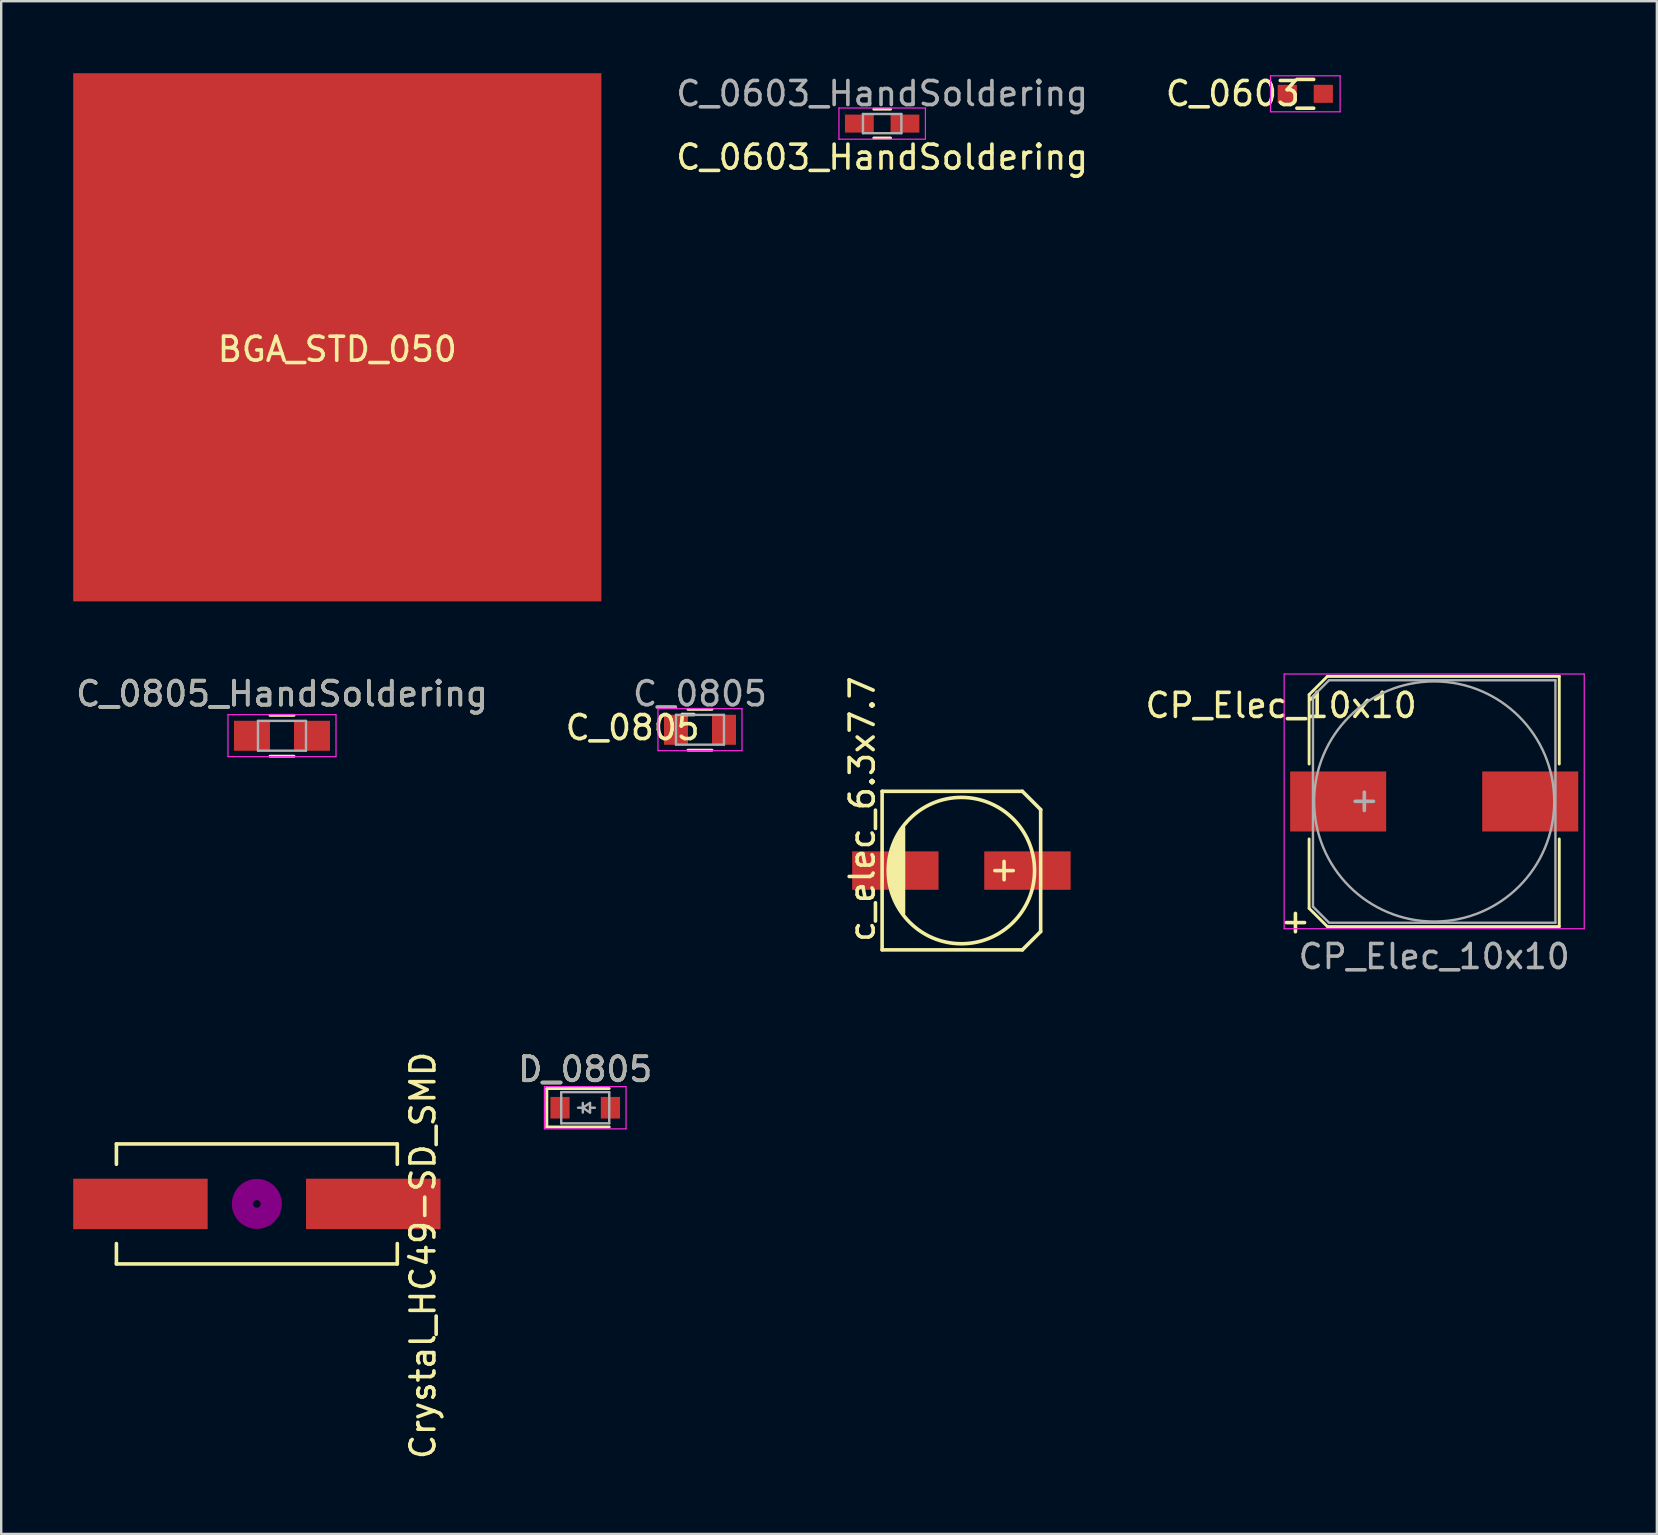
<source format=kicad_pcb>
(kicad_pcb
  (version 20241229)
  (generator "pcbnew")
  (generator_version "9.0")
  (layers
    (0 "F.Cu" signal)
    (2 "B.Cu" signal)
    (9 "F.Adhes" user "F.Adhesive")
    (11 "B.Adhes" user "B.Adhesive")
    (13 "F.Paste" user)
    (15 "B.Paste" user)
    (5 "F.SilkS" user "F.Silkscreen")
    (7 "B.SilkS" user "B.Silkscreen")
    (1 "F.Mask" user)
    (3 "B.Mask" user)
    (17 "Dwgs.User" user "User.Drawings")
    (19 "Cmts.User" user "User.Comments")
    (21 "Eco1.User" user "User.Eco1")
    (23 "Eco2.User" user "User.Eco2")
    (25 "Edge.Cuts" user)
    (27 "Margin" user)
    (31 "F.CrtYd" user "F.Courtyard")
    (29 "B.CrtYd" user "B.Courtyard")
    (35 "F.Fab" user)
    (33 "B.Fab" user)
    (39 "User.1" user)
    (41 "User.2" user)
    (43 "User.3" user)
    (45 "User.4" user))
  (footprint "Crystal_HC49-SD_SMD"
    (layer "F.Cu")
    (at 7.649 47.098)
    (property "Reference" "Crystal_HC49-SD_SMD" (at 6.919 2.146 90) (layer "F.SilkS") (effects (font (size 1 1) (thickness 0.15))))
    (attr smd)
    (fp_line (start -5.85 -2.499) (end -5.85 -1.651) (stroke (width 0.15) (type solid)) (layer "F.SilkS"))
    (fp_line (start -5.85 2.499) (end -5.85 1.651) (stroke (width 0.15) (type solid)) (layer "F.SilkS"))
    (fp_line (start -5.85 2.499) (end 5.85 2.499) (stroke (width 0.15) (type solid)) (layer "F.SilkS"))
    (fp_line (start 5.85 -2.499) (end -5.85 -2.499) (stroke (width 0.15) (type solid)) (layer "F.SilkS"))
    (fp_line (start 5.85 -2.499) (end 5.85 -1.651) (stroke (width 0.15) (type solid)) (layer "F.SilkS"))
    (fp_line (start 5.85 2.499) (end 5.85 1.651) (stroke (width 0.15) (type solid)) (layer "F.SilkS"))
    (fp_circle (center 0 0) (end 0.15 0.051) (stroke (width 0.381) (type solid)) (fill no) (layer "F.Adhes"))
    (fp_circle (center 0 0) (end 0.5 0) (stroke (width 0.381) (type solid)) (fill no) (layer "F.Adhes"))
    (fp_circle (center 0 0) (end 0.851 0) (stroke (width 0.381) (type solid)) (fill no) (layer "F.Adhes"))
    (pad "1" smd rect (at -4.849 0) (size 5.601 2.101) (layers "F.Cu" "F.Mask" "F.Paste"))
    (pad "2" smd rect (at 4.849 0) (size 5.601 2.101) (layers "F.Cu" "F.Mask" "F.Paste")))
  (footprint "C_0603"
    (layer "F.Cu")
    (at 51.321 0.858)
    (property "Reference" "C_0603" (at -3.017 -0.01 0) (layer "F.SilkS") (effects (font (size 1 1) (thickness 0.15))))
    (attr smd)
    (fp_line (start -0.35 -0.6) (end 0.35 -0.6) (stroke (width 0.15) (type solid)) (layer "F.SilkS"))
    (fp_line (start 0.35 0.6) (end -0.35 0.6) (stroke (width 0.15) (type solid)) (layer "F.SilkS"))
    (fp_line (start -1.45 -0.75) (end -1.45 0.75) (stroke (width 0.05) (type solid)) (layer "F.CrtYd"))
    (fp_line (start -1.45 -0.75) (end 1.45 -0.75) (stroke (width 0.05) (type solid)) (layer "F.CrtYd"))
    (fp_line (start -1.45 0.75) (end 1.45 0.75) (stroke (width 0.05) (type solid)) (layer "F.CrtYd"))
    (fp_line (start 1.45 -0.75) (end 1.45 0.75) (stroke (width 0.05) (type solid)) (layer "F.CrtYd"))
    (pad "1" smd rect (at -0.75 0) (size 0.8 0.75) (layers "F.Cu" "F.Mask" "F.Paste"))
    (pad "2" smd rect (at 0.75 0) (size 0.8 0.75) (layers "F.Cu" "F.Mask" "F.Paste")))
  (footprint "c_elec_6.3x7.7"
    (layer "F.Cu")
    (at 36.996 33.213)
    (property "Reference" "c_elec_6.3x7.7" (at -4.13 -2.564 270) (layer "F.SilkS") (effects (font (size 1 1) (thickness 0.15))))
    (attr through_hole)
    (fp_line (start -3.302 -3.302) (end -3.302 3.302) (stroke (width 0.15) (type solid)) (layer "F.SilkS"))
    (fp_line (start -3.302 3.302) (end 2.54 3.302) (stroke (width 0.15) (type solid)) (layer "F.SilkS"))
    (fp_line (start -2.921 -0.762) (end -2.921 0.762) (stroke (width 0.15) (type solid)) (layer "F.SilkS"))
    (fp_line (start -2.794 1.143) (end -2.794 -1.143) (stroke (width 0.15) (type solid)) (layer "F.SilkS"))
    (fp_line (start -2.667 -1.397) (end -2.667 1.397) (stroke (width 0.15) (type solid)) (layer "F.SilkS"))
    (fp_line (start -2.54 1.651) (end -2.54 -1.651) (stroke (width 0.15) (type solid)) (layer "F.SilkS"))
    (fp_line (start -2.413 -1.778) (end -2.413 1.778) (stroke (width 0.15) (type solid)) (layer "F.SilkS"))
    (fp_line (start 1.778 -0.381) (end 1.778 0.381) (stroke (width 0.15) (type solid)) (layer "F.SilkS"))
    (fp_line (start 2.159 0) (end 1.397 0) (stroke (width 0.15) (type solid)) (layer "F.SilkS"))
    (fp_line (start 2.54 -3.302) (end -3.302 -3.302) (stroke (width 0.15) (type solid)) (layer "F.SilkS"))
    (fp_line (start 2.54 3.302) (end 3.302 2.54) (stroke (width 0.15) (type solid)) (layer "F.SilkS"))
    (fp_line (start 3.302 -2.54) (end 2.54 -3.302) (stroke (width 0.15) (type solid)) (layer "F.SilkS"))
    (fp_line (start 3.302 2.54) (end 3.302 -2.54) (stroke (width 0.15) (type solid)) (layer "F.SilkS"))
    (fp_circle (center 0 0) (end -3.048 0) (stroke (width 0.15) (type solid)) (fill no) (layer "F.SilkS"))
    (pad "1" smd rect (at 2.751 0) (size 3.599 1.6) (layers "F.Cu" "F.Mask" "F.Paste"))
    (pad "2" smd rect (at -2.751 0) (size 3.599 1.6) (layers "F.Cu" "F.Mask" "F.Paste")))
  (footprint "BGA_STD_050"
    (layer "F.Cu")
    (at 11 11)
    (property "Reference" "BGA_STD_050" (at 0 0.5 0) (layer "F.SilkS") (effects (font (size 1 1) (thickness 0.15))))
    (attr through_hole)
    (pad "1" smd rect (at 0 0) (size 22 22) (layers "F.Cu" "F.Mask" "F.Paste")))
  (footprint "C_0603_HandSoldering"
    (layer "F.Cu")
    (at 33.696 2.098)
    (property "Reference" "C_0603_HandSoldering" (at 0 1.4 0) (layer "F.SilkS") (effects (font (size 1 1) (thickness 0.15))))
    (attr smd)
    (fp_line (start -0.35 -0.6) (end 0.35 -0.6) (stroke (width 0.12) (type solid)) (layer "F.SilkS"))
    (fp_line (start 0.35 0.6) (end -0.35 0.6) (stroke (width 0.12) (type solid)) (layer "F.SilkS"))
    (fp_line (start -1.8 -0.65) (end -1.8 0.65) (stroke (width 0.05) (type solid)) (layer "F.CrtYd"))
    (fp_line (start -1.8 -0.65) (end 1.8 -0.65) (stroke (width 0.05) (type solid)) (layer "F.CrtYd"))
    (fp_line (start 1.8 0.65) (end -1.8 0.65) (stroke (width 0.05) (type solid)) (layer "F.CrtYd"))
    (fp_line (start 1.8 0.65) (end 1.8 -0.65) (stroke (width 0.05) (type solid)) (layer "F.CrtYd"))
    (fp_line (start -0.8 -0.4) (end 0.8 -0.4) (stroke (width 0.1) (type solid)) (layer "F.Fab"))
    (fp_line (start -0.8 0.4) (end -0.8 -0.4) (stroke (width 0.1) (type solid)) (layer "F.Fab"))
    (fp_line (start 0.8 -0.4) (end 0.8 0.4) (stroke (width 0.1) (type solid)) (layer "F.Fab"))
    (fp_line (start 0.8 0.4) (end -0.8 0.4) (stroke (width 0.1) (type solid)) (layer "F.Fab"))
    (fp_text user "${REFERENCE}" (at 0 -1.25 0) (layer "F.Fab") (effects (font (size 1 1) (thickness 0.15))))
    (pad "1" smd rect (at -0.95 0) (size 1.2 0.75) (layers "F.Cu" "F.Mask" "F.Paste"))
    (pad "2" smd rect (at 0.95 0) (size 1.2 0.75) (layers "F.Cu" "F.Mask" "F.Paste")))
  (footprint "CP_Elec_10x10"
    (layer "F.Cu")
    (at 56.69 30.335)
    (property "Reference" "CP_Elec_10x10" (at -6.375 -4 0) (layer "F.SilkS") (effects (font (size 1 1) (thickness 0.15))))
    (attr smd)
    (fp_line (start -5.21 -4.45) (end -5.21 -1.56) (stroke (width 0.12) (type solid)) (layer "F.SilkS"))
    (fp_line (start -5.21 -4.45) (end -4.45 -5.21) (stroke (width 0.12) (type solid)) (layer "F.SilkS"))
    (fp_line (start -5.21 4.45) (end -5.21 1.56) (stroke (width 0.12) (type solid)) (layer "F.SilkS"))
    (fp_line (start -4.45 -5.21) (end 5.21 -5.21) (stroke (width 0.12) (type solid)) (layer "F.SilkS"))
    (fp_line (start -4.45 5.21) (end -5.21 4.45) (stroke (width 0.12) (type solid)) (layer "F.SilkS"))
    (fp_line (start 5.21 -5.21) (end 5.21 -1.56) (stroke (width 0.12) (type solid)) (layer "F.SilkS"))
    (fp_line (start 5.21 5.21) (end -4.45 5.21) (stroke (width 0.12) (type solid)) (layer "F.SilkS"))
    (fp_line (start 5.21 5.21) (end 5.21 1.56) (stroke (width 0.12) (type solid)) (layer "F.SilkS"))
    (fp_line (start -6.25 -5.31) (end -6.25 5.3) (stroke (width 0.05) (type solid)) (layer "F.CrtYd"))
    (fp_line (start -6.25 -5.31) (end 6.25 -5.31) (stroke (width 0.05) (type solid)) (layer "F.CrtYd"))
    (fp_line (start 6.25 5.3) (end -6.25 5.3) (stroke (width 0.05) (type solid)) (layer "F.CrtYd"))
    (fp_line (start 6.25 5.3) (end 6.25 -5.31) (stroke (width 0.05) (type solid)) (layer "F.CrtYd"))
    (fp_line (start -5.05 -4.38) (end -5.05 4.38) (stroke (width 0.1) (type solid)) (layer "F.Fab"))
    (fp_line (start -5.05 4.38) (end -4.38 5.05) (stroke (width 0.1) (type solid)) (layer "F.Fab"))
    (fp_line (start -4.38 -5.05) (end -5.05 -4.38) (stroke (width 0.1) (type solid)) (layer "F.Fab"))
    (fp_line (start -4.38 5.05) (end 5.05 5.05) (stroke (width 0.1) (type solid)) (layer "F.Fab"))
    (fp_line (start 5.05 -5.05) (end -4.38 -5.05) (stroke (width 0.1) (type solid)) (layer "F.Fab"))
    (fp_line (start 5.05 5.05) (end 5.05 -5.05) (stroke (width 0.1) (type solid)) (layer "F.Fab"))
    (fp_circle (center 0 0) (end 0.1 5) (stroke (width 0.1) (type solid)) (fill no) (layer "F.Fab"))
    (fp_text user "+" (at -5.78 4.97 0) (layer "F.SilkS") (effects (font (size 1 1) (thickness 0.15))))
    (fp_text user "${REFERENCE}" (at 0 6.46 0) (layer "F.Fab") (effects (font (size 1 1) (thickness 0.15))))
    (fp_text user "+" (at -2.91 -0.08 0) (layer "F.Fab") (effects (font (size 1 1) (thickness 0.15))))
    (pad "1" smd rect (at -4 0 180) (size 4 2.5) (layers "F.Cu" "F.Mask" "F.Paste"))
    (pad "2" smd rect (at 4 0 180) (size 4 2.5) (layers "F.Cu" "F.Mask" "F.Paste")))
  (footprint "C_0805"
    (layer "F.Cu")
    (at 26.107 27.348)
    (property "Reference" "C_0805" (at -2.803 -0.089 0) (layer "F.SilkS") (effects (font (size 1 1) (thickness 0.15))))
    (attr smd)
    (fp_line (start -0.5 0.85) (end 0.5 0.85) (stroke (width 0.12) (type solid)) (layer "F.SilkS"))
    (fp_line (start 0.5 -0.85) (end -0.5 -0.85) (stroke (width 0.12) (type solid)) (layer "F.SilkS"))
    (fp_line (start -1.75 -0.88) (end -1.75 0.87) (stroke (width 0.05) (type solid)) (layer "F.CrtYd"))
    (fp_line (start -1.75 -0.88) (end 1.75 -0.88) (stroke (width 0.05) (type solid)) (layer "F.CrtYd"))
    (fp_line (start 1.75 0.87) (end -1.75 0.87) (stroke (width 0.05) (type solid)) (layer "F.CrtYd"))
    (fp_line (start 1.75 0.87) (end 1.75 -0.88) (stroke (width 0.05) (type solid)) (layer "F.CrtYd"))
    (fp_line (start -1 -0.62) (end 1 -0.62) (stroke (width 0.1) (type solid)) (layer "F.Fab"))
    (fp_line (start -1 0.62) (end -1 -0.62) (stroke (width 0.1) (type solid)) (layer "F.Fab"))
    (fp_line (start 1 -0.62) (end 1 0.62) (stroke (width 0.1) (type solid)) (layer "F.Fab"))
    (fp_line (start 1 0.62) (end -1 0.62) (stroke (width 0.1) (type solid)) (layer "F.Fab"))
    (fp_text user "${REFERENCE}" (at 0 -1.5 0) (layer "F.Fab") (effects (font (size 1 1) (thickness 0.15))))
    (pad "1" smd rect (at -1 0) (size 1 1.25) (layers "F.Cu" "F.Mask" "F.Paste"))
    (pad "2" smd rect (at 1 0) (size 1 1.25) (layers "F.Cu" "F.Mask" "F.Paste")))
  (footprint "C_0805_HandSoldering"
    (layer "F.Cu")
    (at 8.696 27.598)
    (property "Reference" "C_0805_HandSoldering" (at 0 -1.75 0) (layer "F.SilkS") (effects (font (size 1 1) (thickness 0.15))))
    (attr smd)
    (fp_line (start -0.5 0.85) (end 0.5 0.85) (stroke (width 0.12) (type solid)) (layer "F.SilkS"))
    (fp_line (start 0.5 -0.85) (end -0.5 -0.85) (stroke (width 0.12) (type solid)) (layer "F.SilkS"))
    (fp_line (start -2.25 -0.88) (end -2.25 0.87) (stroke (width 0.05) (type solid)) (layer "F.CrtYd"))
    (fp_line (start -2.25 -0.88) (end 2.25 -0.88) (stroke (width 0.05) (type solid)) (layer "F.CrtYd"))
    (fp_line (start 2.25 0.87) (end -2.25 0.87) (stroke (width 0.05) (type solid)) (layer "F.CrtYd"))
    (fp_line (start 2.25 0.87) (end 2.25 -0.88) (stroke (width 0.05) (type solid)) (layer "F.CrtYd"))
    (fp_line (start -1 -0.62) (end 1 -0.62) (stroke (width 0.1) (type solid)) (layer "F.Fab"))
    (fp_line (start -1 0.62) (end -1 -0.62) (stroke (width 0.1) (type solid)) (layer "F.Fab"))
    (fp_line (start 1 -0.62) (end 1 0.62) (stroke (width 0.1) (type solid)) (layer "F.Fab"))
    (fp_line (start 1 0.62) (end -1 0.62) (stroke (width 0.1) (type solid)) (layer "F.Fab"))
    (fp_text user "${REFERENCE}" (at 0 -1.75 0) (layer "F.Fab") (effects (font (size 1 1) (thickness 0.15))))
    (pad "1" smd rect (at -1.25 0) (size 1.5 1.25) (layers "F.Cu" "F.Mask" "F.Paste"))
    (pad "2" smd rect (at 1.25 0) (size 1.5 1.25) (layers "F.Cu" "F.Mask" "F.Paste")))
  (footprint "D_0805"
    (layer "F.Cu")
    (at 21.327 43.092)
    (property "Reference" "D_0805" (at 0 -1.6 0) (layer "F.SilkS") (effects (font (size 1 1) (thickness 0.15))))
    (attr smd)
    (fp_line (start -1.6 -0.8) (end -1.6 0.8) (stroke (width 0.12) (type solid)) (layer "F.SilkS"))
    (fp_line (start -1.6 -0.8) (end 1 -0.8) (stroke (width 0.12) (type solid)) (layer "F.SilkS"))
    (fp_line (start -1.6 0.8) (end 1 0.8) (stroke (width 0.12) (type solid)) (layer "F.SilkS"))
    (fp_line (start -1.7 -0.88) (end 1.7 -0.88) (stroke (width 0.05) (type solid)) (layer "F.CrtYd"))
    (fp_line (start -1.7 0.88) (end -1.7 -0.88) (stroke (width 0.05) (type solid)) (layer "F.CrtYd"))
    (fp_line (start 1.7 -0.88) (end 1.7 0.88) (stroke (width 0.05) (type solid)) (layer "F.CrtYd"))
    (fp_line (start 1.7 0.88) (end -1.7 0.88) (stroke (width 0.05) (type solid)) (layer "F.CrtYd"))
    (fp_line (start -1 -0.65) (end 1 -0.65) (stroke (width 0.1) (type solid)) (layer "F.Fab"))
    (fp_line (start -1 0.65) (end -1 -0.65) (stroke (width 0.1) (type solid)) (layer "F.Fab"))
    (fp_line (start -0.1 -0.2) (end -0.1 0.2) (stroke (width 0.1) (type solid)) (layer "F.Fab"))
    (fp_line (start -0.1 0) (end -0.3 0) (stroke (width 0.1) (type solid)) (layer "F.Fab"))
    (fp_line (start -0.1 0) (end 0.2 0.2) (stroke (width 0.1) (type solid)) (layer "F.Fab"))
    (fp_line (start 0.2 -0.2) (end -0.1 0) (stroke (width 0.1) (type solid)) (layer "F.Fab"))
    (fp_line (start 0.2 0) (end 0.4 0) (stroke (width 0.1) (type solid)) (layer "F.Fab"))
    (fp_line (start 0.2 0.2) (end 0.2 -0.2) (stroke (width 0.1) (type solid)) (layer "F.Fab"))
    (fp_line (start 1 -0.65) (end 1 0.65) (stroke (width 0.1) (type solid)) (layer "F.Fab"))
    (fp_line (start 1 0.65) (end -1 0.65) (stroke (width 0.1) (type solid)) (layer "F.Fab"))
    (fp_text user "${REFERENCE}" (at 0 -1.6 0) (layer "F.Fab") (effects (font (size 1 1) (thickness 0.15))))
    (pad "1" smd rect (at -1.05 0) (size 0.8 0.9) (layers "F.Cu" "F.Mask" "F.Paste"))
    (pad "2" smd rect (at 1.05 0) (size 0.8 0.9) (layers "F.Cu" "F.Mask" "F.Paste")))
  (gr_rect
    (start -3 -3)
    (end 65.965 60.846)
    (stroke (width 0.1) (type default))
    (fill no)
    (layer "Edge.Cuts")))
</source>
